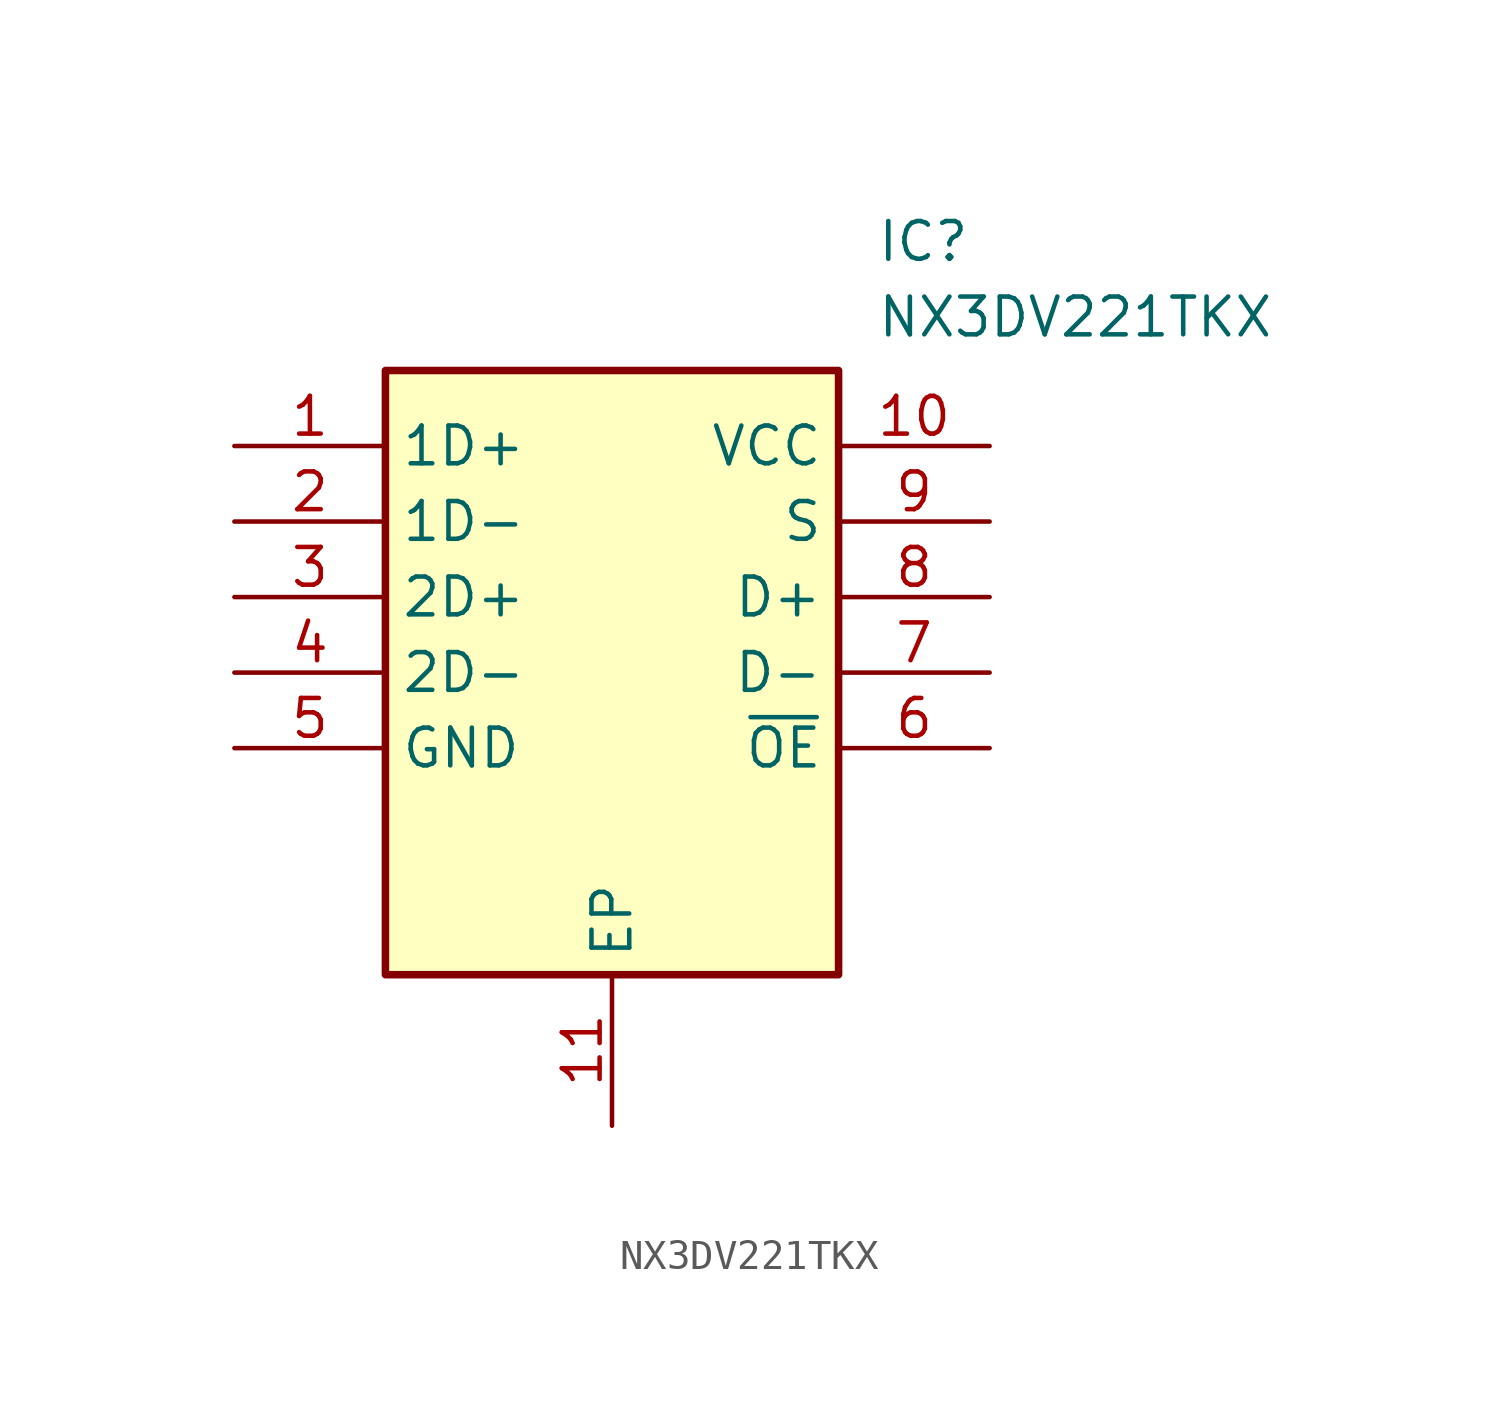
<source format=kicad_sym>
(kicad_symbol_lib
  (version 20211014)
  (generator SamacSys_ECAD_Model)
  (symbol "NX3DV221TKX"
    (property "Reference" "IC"
      (at 21.59 7.62 0)
      (effects (font (size 1.27 1.27)) (justify left top)))
    (property "Value" "NX3DV221TKX"
      (at 21.59 5.08 0)
      (effects (font (size 1.27 1.27)) (justify left top)))
    (rectangle
      (start 5.08 2.54)
      (end 20.32 -17.78)
      (stroke (width 0.254) (type default))
      (fill (type background)))
    (pin passive line
      (at 0 0 0)
      (length 5.08)
      (name "1D+" (effects (font (size 1.27 1.27))))
      (number "1" (effects (font (size 1.27 1.27)))))
    (pin passive line
      (at 0 -2.54 0)
      (length 5.08)
      (name "1D-" (effects (font (size 1.27 1.27))))
      (number "2" (effects (font (size 1.27 1.27)))))
    (pin passive line
      (at 0 -5.08 0)
      (length 5.08)
      (name "2D+" (effects (font (size 1.27 1.27))))
      (number "3" (effects (font (size 1.27 1.27)))))
    (pin passive line
      (at 0 -7.62 0)
      (length 5.08)
      (name "2D-" (effects (font (size 1.27 1.27))))
      (number "4" (effects (font (size 1.27 1.27)))))
    (pin passive line
      (at 0 -10.16 0)
      (length 5.08)
      (name "GND" (effects (font (size 1.27 1.27))))
      (number "5" (effects (font (size 1.27 1.27)))))
    (pin passive line
      (at 12.7 -22.86 90)
      (length 5.08)
      (name "EP" (effects (font (size 1.27 1.27))))
      (number "11" (effects (font (size 1.27 1.27)))))
    (pin passive line
      (at 25.4 0 180)
      (length 5.08)
      (name "VCC" (effects (font (size 1.27 1.27))))
      (number "10" (effects (font (size 1.27 1.27)))))
    (pin passive line
      (at 25.4 -2.54 180)
      (length 5.08)
      (name "S" (effects (font (size 1.27 1.27))))
      (number "9" (effects (font (size 1.27 1.27)))))
    (pin passive line
      (at 25.4 -5.08 180)
      (length 5.08)
      (name "D+" (effects (font (size 1.27 1.27))))
      (number "8" (effects (font (size 1.27 1.27)))))
    (pin passive line
      (at 25.4 -7.62 180)
      (length 5.08)
      (name "D-" (effects (font (size 1.27 1.27))))
      (number "7" (effects (font (size 1.27 1.27)))))
    (pin passive line
      (at 25.4 -10.16 180)
      (length 5.08)
      (name "~{OE}" (effects (font (size 1.27 1.27))))
      (number "6" (effects (font (size 1.27 1.27)))))))
</source>
